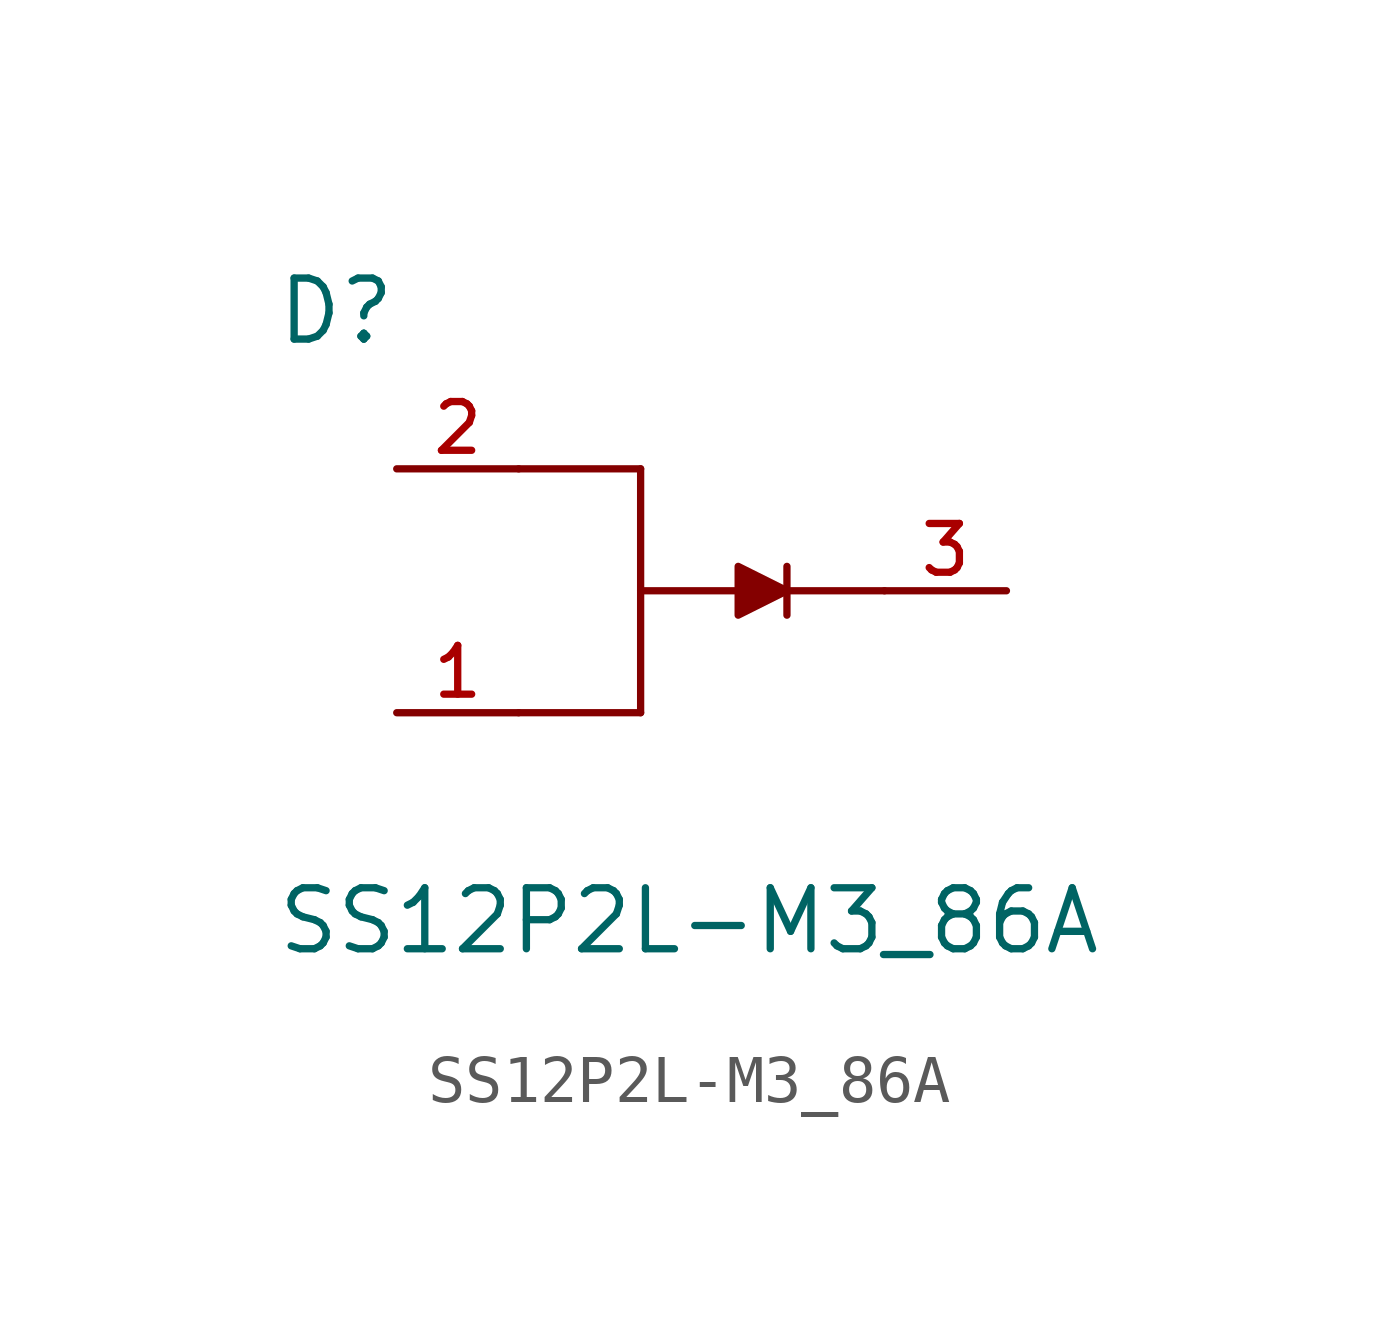
<source format=kicad_sym>
(kicad_symbol_lib
  (version 20211014)
  (generator kicad_symbol_editor)
  (symbol "SS12P2L-M3_86A"
    (pin_names
      (offset 1.016))
    (property "Reference" "D"
      (at -10.16 5.08 0)
      (effects (font (size 1.27 1.27)) (justify bottom left)))
    (property "Value" "SS12P2L-M3_86A"
      (at -10.16 -7.62 0)
      (effects (font (size 1.27 1.27)) (justify bottom left)))
    (symbol "SS12P2L-M3_86A_0_0"
      (polyline (pts (xy -2.54 0.0) (xy -0.508 0.0)) (stroke (width 0.152)))
      (polyline (pts (xy 0.508 -0.508) (xy 0.508 0.508)) (stroke (width 0.152)))
      (polyline (pts (xy 0.508 0.0) (xy 2.54 0.0)) (stroke (width 0.152)))
      (polyline (pts (xy -0.508 -0.508) (xy -0.508 0.508) (xy 0.508 0.0) (xy -0.508 -0.508)) (stroke (width 0.152)) (fill (type outline)))
      (polyline (pts (xy -2.54 0.0) (xy -2.54 -2.54)) (stroke (width 0.152)))
      (polyline (pts (xy -2.54 -2.54) (xy -5.08 -2.54)) (stroke (width 0.152)))
      (polyline (pts (xy -2.54 0.0) (xy -2.54 2.54)) (stroke (width 0.152)))
      (polyline (pts (xy -2.54 2.54) (xy -5.08 2.54)) (stroke (width 0.152)))
      (pin passive line (at 5.08 0.0 180.0) (length 2.54) (name "~" (effects (font (size 1.016 1.016)))) (number "3" (effects (font (size 1.016 1.016)))))
      (pin passive line (at -7.62 -2.54 0) (length 2.54) (name "~" (effects (font (size 1.016 1.016)))) (number "1" (effects (font (size 1.016 1.016)))))
      (pin passive line (at -7.62 2.54 0) (length 2.54) (name "~" (effects (font (size 1.016 1.016)))) (number "2" (effects (font (size 1.016 1.016))))))))
</source>
